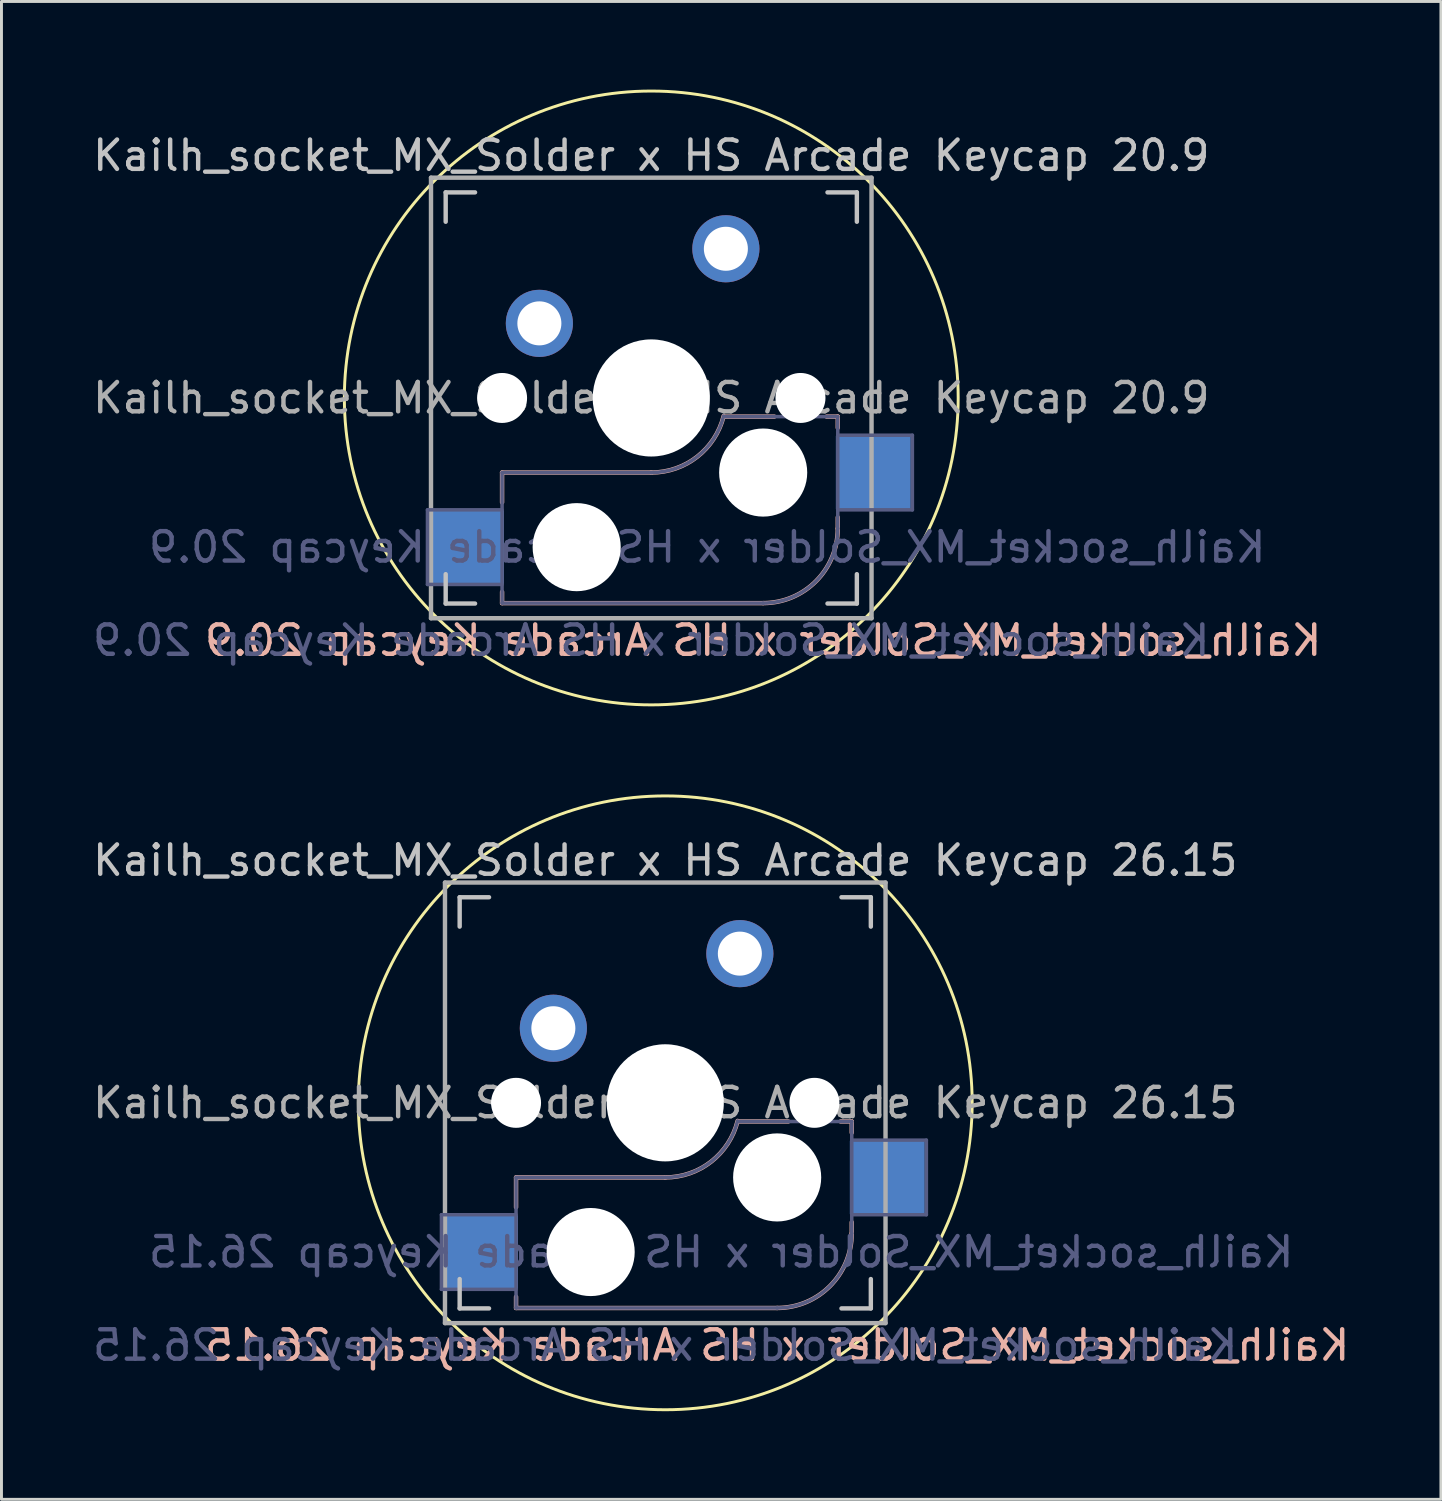
<source format=kicad_pcb>
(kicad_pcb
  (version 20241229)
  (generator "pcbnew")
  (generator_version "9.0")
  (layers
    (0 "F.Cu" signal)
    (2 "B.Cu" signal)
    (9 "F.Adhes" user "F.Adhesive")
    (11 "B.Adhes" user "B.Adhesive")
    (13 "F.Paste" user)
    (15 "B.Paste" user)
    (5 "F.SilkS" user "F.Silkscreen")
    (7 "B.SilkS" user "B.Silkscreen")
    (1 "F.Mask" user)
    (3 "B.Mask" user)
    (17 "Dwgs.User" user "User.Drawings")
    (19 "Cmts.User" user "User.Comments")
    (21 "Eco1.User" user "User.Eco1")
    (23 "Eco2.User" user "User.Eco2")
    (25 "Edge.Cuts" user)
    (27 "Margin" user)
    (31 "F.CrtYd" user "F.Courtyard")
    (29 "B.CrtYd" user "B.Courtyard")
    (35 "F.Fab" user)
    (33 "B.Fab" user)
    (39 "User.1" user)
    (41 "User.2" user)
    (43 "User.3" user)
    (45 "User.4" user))
  (footprint "Kailh_socket_MX_Solder x HS Arcade Keycap 20.9"
    (layer "F.Cu")
    (at 19.125 10.5)
    (property "Reference" "Kailh_socket_MX_Solder x HS Arcade Keycap 20.9" (at 0 -8.255 0) (layer "Dwgs.User") (effects (font (size 1 1) (thickness 0.15))))
    (property "Value" "Kailh_socket_MX_Solder x HS Arcade Keycap 20.9" (at 0 8.255 0) (layer "F.Fab") (hide yes) (effects (font (size 1 1) (thickness 0.15))))
    (attr through_hole)
    (fp_circle (center 0 0) (end 10.45 0) (stroke (width 0.1) (type default)) (fill no) (layer "F.SilkS"))
    (fp_line (start -5.08 2.54) (end -5.08 3.556) (stroke (width 0.15) (type solid)) (layer "B.SilkS"))
    (fp_line (start -5.08 6.604) (end -5.08 6.985) (stroke (width 0.15) (type solid)) (layer "B.SilkS"))
    (fp_line (start -5.08 6.985) (end 3.81 6.985) (stroke (width 0.15) (type solid)) (layer "B.SilkS"))
    (fp_line (start 0 2.54) (end -5.08 2.54) (stroke (width 0.15) (type solid)) (layer "B.SilkS"))
    (fp_line (start 4.191 0.635) (end 2.54 0.635) (stroke (width 0.15) (type solid)) (layer "B.SilkS"))
    (fp_line (start 6.35 0.635) (end 5.969 0.635) (stroke (width 0.15) (type solid)) (layer "B.SilkS"))
    (fp_line (start 6.35 1.016) (end 6.35 0.635) (stroke (width 0.15) (type solid)) (layer "B.SilkS"))
    (fp_line (start 6.35 4.445) (end 6.35 4.064) (stroke (width 0.15) (type solid)) (layer "B.SilkS"))
    (fp_arc (start 2.464162 0.61604) (mid 1.563147 2.002042) (end 0 2.54) (stroke (width 0.15) (type solid)) (layer "B.SilkS"))
    (fp_arc (start 6.35 4.445) (mid 5.606051 6.241051) (end 3.81 6.985) (stroke (width 0.15) (type solid)) (layer "B.SilkS"))
    (fp_line (start -7 -6) (end -7 -7) (stroke (width 0.15) (type solid)) (layer "Dwgs.User"))
    (fp_line (start -7 7) (end -7 6) (stroke (width 0.15) (type solid)) (layer "Dwgs.User"))
    (fp_line (start -7 7) (end -6 7) (stroke (width 0.15) (type solid)) (layer "Dwgs.User"))
    (fp_line (start -6 -7) (end -7 -7) (stroke (width 0.15) (type solid)) (layer "Dwgs.User"))
    (fp_line (start 6 7) (end 7 7) (stroke (width 0.15) (type solid)) (layer "Dwgs.User"))
    (fp_line (start 7 -7) (end 6 -7) (stroke (width 0.15) (type solid)) (layer "Dwgs.User"))
    (fp_line (start 7 -7) (end 7 -6) (stroke (width 0.15) (type solid)) (layer "Dwgs.User"))
    (fp_line (start 7 6) (end 7 7) (stroke (width 0.15) (type solid)) (layer "Dwgs.User"))
    (fp_line (start -6.9 6.9) (end -6.9 -6.9) (stroke (width 0.15) (type solid)) (layer "Eco2.User"))
    (fp_line (start -6.9 6.9) (end 6.9 6.9) (stroke (width 0.15) (type solid)) (layer "Eco2.User"))
    (fp_line (start 6.9 -6.9) (end -6.9 -6.9) (stroke (width 0.15) (type solid)) (layer "Eco2.User"))
    (fp_line (start 6.9 -6.9) (end 6.9 6.9) (stroke (width 0.15) (type solid)) (layer "Eco2.User"))
    (fp_line (start -7.62 3.81) (end -7.62 6.35) (stroke (width 0.12) (type solid)) (layer "B.Fab"))
    (fp_line (start -7.62 6.35) (end -5.08 6.35) (stroke (width 0.12) (type solid)) (layer "B.Fab"))
    (fp_line (start -5.08 2.54) (end -5.08 6.985) (stroke (width 0.12) (type solid)) (layer "B.Fab"))
    (fp_line (start -5.08 3.81) (end -7.62 3.81) (stroke (width 0.12) (type solid)) (layer "B.Fab"))
    (fp_line (start -5.08 6.985) (end 3.81 6.985) (stroke (width 0.12) (type solid)) (layer "B.Fab"))
    (fp_line (start 0 2.54) (end -5.08 2.54) (stroke (width 0.12) (type solid)) (layer "B.Fab"))
    (fp_line (start 6.35 0.635) (end 2.54 0.635) (stroke (width 0.12) (type solid)) (layer "B.Fab"))
    (fp_line (start 6.35 3.81) (end 8.89 3.81) (stroke (width 0.12) (type solid)) (layer "B.Fab"))
    (fp_line (start 6.35 4.445) (end 6.35 0.635) (stroke (width 0.12) (type solid)) (layer "B.Fab"))
    (fp_line (start 8.89 1.27) (end 6.35 1.27) (stroke (width 0.12) (type solid)) (layer "B.Fab"))
    (fp_line (start 8.89 3.81) (end 8.89 1.27) (stroke (width 0.12) (type solid)) (layer "B.Fab"))
    (fp_arc (start 2.464162 0.61604) (mid 1.563147 2.002042) (end 0 2.54) (stroke (width 0.12) (type solid)) (layer "B.Fab"))
    (fp_arc (start 6.35 4.445) (mid 5.606051 6.241051) (end 3.81 6.985) (stroke (width 0.12) (type solid)) (layer "B.Fab"))
    (fp_line (start -7.5 -7.5) (end 7.5 -7.5) (stroke (width 0.15) (type solid)) (layer "F.Fab"))
    (fp_line (start -7.5 7.5) (end -7.5 -7.5) (stroke (width 0.15) (type solid)) (layer "F.Fab"))
    (fp_line (start 7.5 -7.5) (end 7.5 7.5) (stroke (width 0.15) (type solid)) (layer "F.Fab"))
    (fp_line (start 7.5 7.5) (end -7.5 7.5) (stroke (width 0.15) (type solid)) (layer "F.Fab"))
    (fp_text user "${REFERENCE}" (at 3.81 8.255 0) (layer "B.SilkS") (effects (font (size 1 1) (thickness 0.15)) (justify mirror)))
    (fp_text user "${REFERENCE}" (at 1.905 5.08 0) (layer "B.Fab") (effects (font (size 1 1) (thickness 0.15)) (justify mirror)))
    (fp_text user "${VALUE}" (at 0 8.255 0) (layer "B.Fab") (effects (font (size 1 1) (thickness 0.15)) (justify mirror)))
    (fp_text user "${REFERENCE}" (at 0 0 0) (layer "F.Fab") (effects (font (size 1 1) (thickness 0.15))))
    (pad "" np_thru_hole circle (at -5.08 0) (size 1.702 1.702) (drill 1.702) (layers "*.Cu" "*.Mask"))
    (pad "" np_thru_hole circle (at -2.54 5.08) (size 3 3) (drill 3) (layers "*.Cu" "*.Mask"))
    (pad "" np_thru_hole circle (at 0 0) (size 3.988 3.988) (drill 3.988) (layers "*.Cu" "*.Mask"))
    (pad "" np_thru_hole circle (at 3.81 2.54) (size 3 3) (drill 3) (layers "*.Cu" "*.Mask"))
    (pad "" np_thru_hole circle (at 5.08 0) (size 1.702 1.702) (drill 1.702) (layers "*.Cu" "*.Mask"))
    (pad "1" smd rect (at -6.29 5.08) (size 2.55 2.5) (layers "B.Cu" "B.Mask" "B.Paste"))
    (pad "1" thru_hole circle (at 2.54 -5.08) (size 2.286 2.286) (drill 1.499) (layers "*.Cu" "*.Mask"))
    (pad "2" thru_hole circle (at -3.81 -2.54) (size 2.286 2.286) (drill 1.499) (layers "*.Cu" "*.Mask"))
    (pad "2" smd rect (at 7.56 2.54) (size 2.55 2.5) (layers "B.Cu" "B.Mask" "B.Paste")))
  (footprint "Kailh_socket_MX_Solder x HS Arcade Keycap 26.15"
    (layer "F.Cu")
    (at 19.601 34.5)
    (property "Reference" "Kailh_socket_MX_Solder x HS Arcade Keycap 26.15" (at 0 -8.255 0) (layer "Dwgs.User") (effects (font (size 1 1) (thickness 0.15))))
    (property "Value" "Kailh_socket_MX_Solder x HS Arcade Keycap 26.15" (at 0 8.255 0) (layer "F.Fab") (hide yes) (effects (font (size 1 1) (thickness 0.15))))
    (attr through_hole)
    (fp_circle (center 0 0) (end 10.45 0) (stroke (width 0.1) (type default)) (fill no) (layer "F.SilkS"))
    (fp_line (start -5.08 2.54) (end -5.08 3.556) (stroke (width 0.15) (type solid)) (layer "B.SilkS"))
    (fp_line (start -5.08 6.604) (end -5.08 6.985) (stroke (width 0.15) (type solid)) (layer "B.SilkS"))
    (fp_line (start -5.08 6.985) (end 3.81 6.985) (stroke (width 0.15) (type solid)) (layer "B.SilkS"))
    (fp_line (start 0 2.54) (end -5.08 2.54) (stroke (width 0.15) (type solid)) (layer "B.SilkS"))
    (fp_line (start 4.191 0.635) (end 2.54 0.635) (stroke (width 0.15) (type solid)) (layer "B.SilkS"))
    (fp_line (start 6.35 0.635) (end 5.969 0.635) (stroke (width 0.15) (type solid)) (layer "B.SilkS"))
    (fp_line (start 6.35 1.016) (end 6.35 0.635) (stroke (width 0.15) (type solid)) (layer "B.SilkS"))
    (fp_line (start 6.35 4.445) (end 6.35 4.064) (stroke (width 0.15) (type solid)) (layer "B.SilkS"))
    (fp_arc (start 2.464162 0.61604) (mid 1.563147 2.002042) (end 0 2.54) (stroke (width 0.15) (type solid)) (layer "B.SilkS"))
    (fp_arc (start 6.35 4.445) (mid 5.606051 6.241051) (end 3.81 6.985) (stroke (width 0.15) (type solid)) (layer "B.SilkS"))
    (fp_line (start -7 -6) (end -7 -7) (stroke (width 0.15) (type solid)) (layer "Dwgs.User"))
    (fp_line (start -7 7) (end -7 6) (stroke (width 0.15) (type solid)) (layer "Dwgs.User"))
    (fp_line (start -7 7) (end -6 7) (stroke (width 0.15) (type solid)) (layer "Dwgs.User"))
    (fp_line (start -6 -7) (end -7 -7) (stroke (width 0.15) (type solid)) (layer "Dwgs.User"))
    (fp_line (start 6 7) (end 7 7) (stroke (width 0.15) (type solid)) (layer "Dwgs.User"))
    (fp_line (start 7 -7) (end 6 -7) (stroke (width 0.15) (type solid)) (layer "Dwgs.User"))
    (fp_line (start 7 -7) (end 7 -6) (stroke (width 0.15) (type solid)) (layer "Dwgs.User"))
    (fp_line (start 7 6) (end 7 7) (stroke (width 0.15) (type solid)) (layer "Dwgs.User"))
    (fp_line (start -6.9 6.9) (end -6.9 -6.9) (stroke (width 0.15) (type solid)) (layer "Eco2.User"))
    (fp_line (start -6.9 6.9) (end 6.9 6.9) (stroke (width 0.15) (type solid)) (layer "Eco2.User"))
    (fp_line (start 6.9 -6.9) (end -6.9 -6.9) (stroke (width 0.15) (type solid)) (layer "Eco2.User"))
    (fp_line (start 6.9 -6.9) (end 6.9 6.9) (stroke (width 0.15) (type solid)) (layer "Eco2.User"))
    (fp_line (start -7.62 3.81) (end -7.62 6.35) (stroke (width 0.12) (type solid)) (layer "B.Fab"))
    (fp_line (start -7.62 6.35) (end -5.08 6.35) (stroke (width 0.12) (type solid)) (layer "B.Fab"))
    (fp_line (start -5.08 2.54) (end -5.08 6.985) (stroke (width 0.12) (type solid)) (layer "B.Fab"))
    (fp_line (start -5.08 3.81) (end -7.62 3.81) (stroke (width 0.12) (type solid)) (layer "B.Fab"))
    (fp_line (start -5.08 6.985) (end 3.81 6.985) (stroke (width 0.12) (type solid)) (layer "B.Fab"))
    (fp_line (start 0 2.54) (end -5.08 2.54) (stroke (width 0.12) (type solid)) (layer "B.Fab"))
    (fp_line (start 6.35 0.635) (end 2.54 0.635) (stroke (width 0.12) (type solid)) (layer "B.Fab"))
    (fp_line (start 6.35 3.81) (end 8.89 3.81) (stroke (width 0.12) (type solid)) (layer "B.Fab"))
    (fp_line (start 6.35 4.445) (end 6.35 0.635) (stroke (width 0.12) (type solid)) (layer "B.Fab"))
    (fp_line (start 8.89 1.27) (end 6.35 1.27) (stroke (width 0.12) (type solid)) (layer "B.Fab"))
    (fp_line (start 8.89 3.81) (end 8.89 1.27) (stroke (width 0.12) (type solid)) (layer "B.Fab"))
    (fp_arc (start 2.464162 0.61604) (mid 1.563147 2.002042) (end 0 2.54) (stroke (width 0.12) (type solid)) (layer "B.Fab"))
    (fp_arc (start 6.35 4.445) (mid 5.606051 6.241051) (end 3.81 6.985) (stroke (width 0.12) (type solid)) (layer "B.Fab"))
    (fp_line (start -7.5 -7.5) (end 7.5 -7.5) (stroke (width 0.15) (type solid)) (layer "F.Fab"))
    (fp_line (start -7.5 7.5) (end -7.5 -7.5) (stroke (width 0.15) (type solid)) (layer "F.Fab"))
    (fp_line (start 7.5 -7.5) (end 7.5 7.5) (stroke (width 0.15) (type solid)) (layer "F.Fab"))
    (fp_line (start 7.5 7.5) (end -7.5 7.5) (stroke (width 0.15) (type solid)) (layer "F.Fab"))
    (fp_text user "${REFERENCE}" (at 3.81 8.255 0) (layer "B.SilkS") (effects (font (size 1 1) (thickness 0.15)) (justify mirror)))
    (fp_text user "${VALUE}" (at 0 8.255 0) (layer "B.Fab") (effects (font (size 1 1) (thickness 0.15)) (justify mirror)))
    (fp_text user "${REFERENCE}" (at 1.905 5.08 0) (layer "B.Fab") (effects (font (size 1 1) (thickness 0.15)) (justify mirror)))
    (fp_text user "${REFERENCE}" (at 0 0 0) (layer "F.Fab") (effects (font (size 1 1) (thickness 0.15))))
    (pad "" np_thru_hole circle (at -5.08 0) (size 1.702 1.702) (drill 1.702) (layers "*.Cu" "*.Mask"))
    (pad "" np_thru_hole circle (at -2.54 5.08) (size 3 3) (drill 3) (layers "*.Cu" "*.Mask"))
    (pad "" np_thru_hole circle (at 0 0) (size 3.988 3.988) (drill 3.988) (layers "*.Cu" "*.Mask"))
    (pad "" np_thru_hole circle (at 3.81 2.54) (size 3 3) (drill 3) (layers "*.Cu" "*.Mask"))
    (pad "" np_thru_hole circle (at 5.08 0) (size 1.702 1.702) (drill 1.702) (layers "*.Cu" "*.Mask"))
    (pad "1" smd rect (at -6.29 5.08) (size 2.55 2.5) (layers "B.Cu" "B.Mask" "B.Paste"))
    (pad "1" thru_hole circle (at 2.54 -5.08) (size 2.286 2.286) (drill 1.499) (layers "*.Cu" "*.Mask"))
    (pad "2" thru_hole circle (at -3.81 -2.54) (size 2.286 2.286) (drill 1.499) (layers "*.Cu" "*.Mask"))
    (pad "2" smd rect (at 7.56 2.54) (size 2.55 2.5) (layers "B.Cu" "B.Mask" "B.Paste")))
  (gr_rect
    (start -3 -3)
    (end 46.012 48)
    (stroke (width 0.1) (type default))
    (fill no)
    (layer "Edge.Cuts")))
</source>
